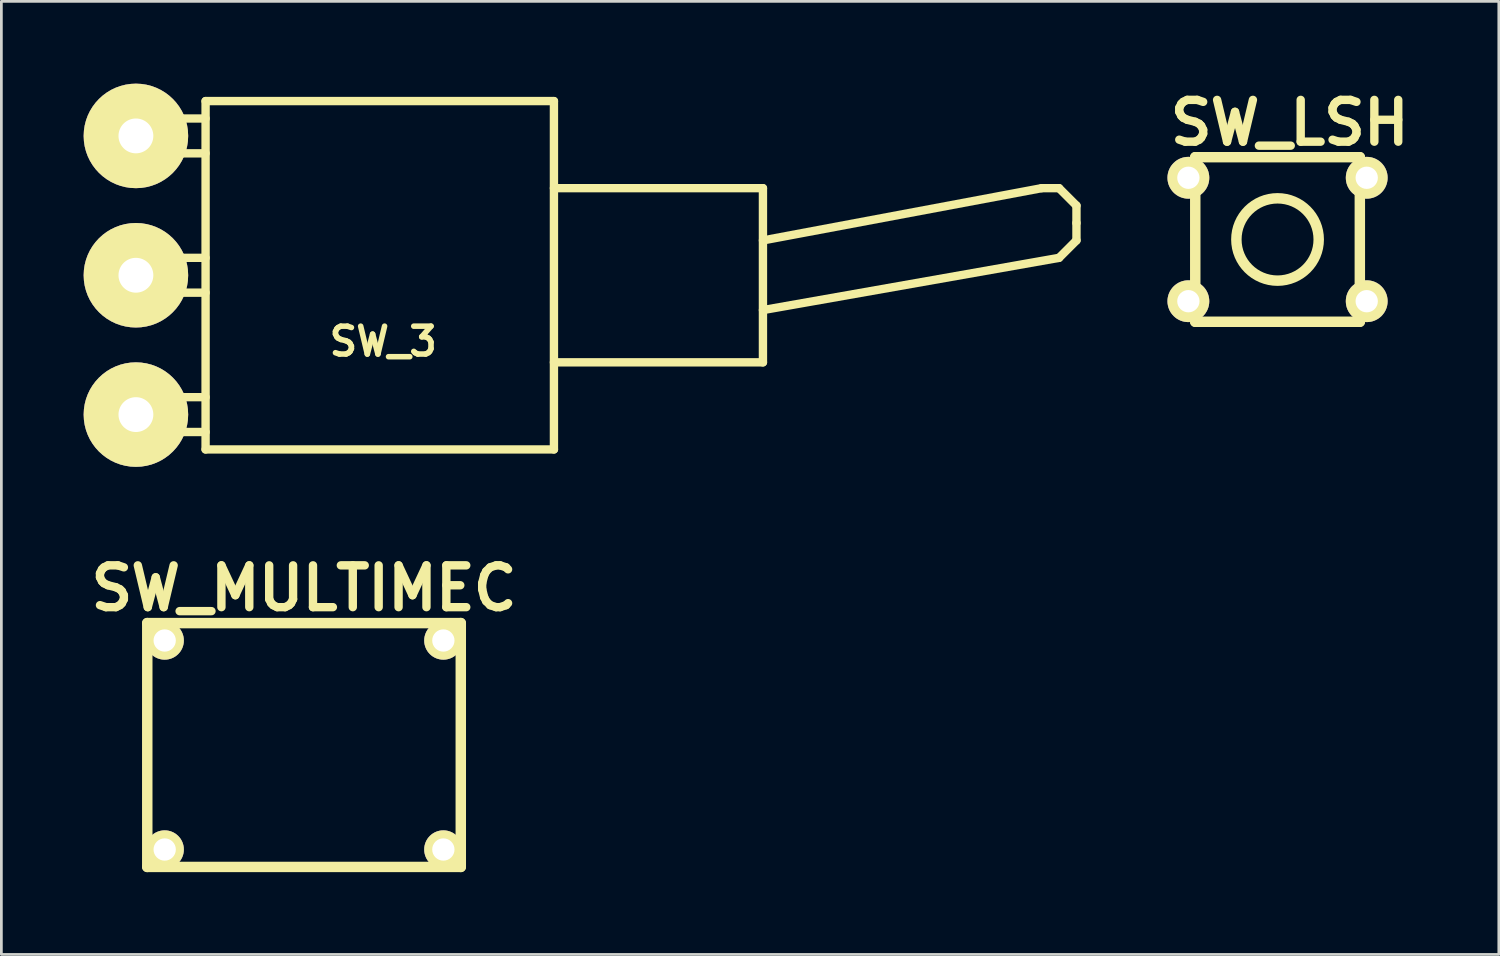
<source format=kicad_pcb>
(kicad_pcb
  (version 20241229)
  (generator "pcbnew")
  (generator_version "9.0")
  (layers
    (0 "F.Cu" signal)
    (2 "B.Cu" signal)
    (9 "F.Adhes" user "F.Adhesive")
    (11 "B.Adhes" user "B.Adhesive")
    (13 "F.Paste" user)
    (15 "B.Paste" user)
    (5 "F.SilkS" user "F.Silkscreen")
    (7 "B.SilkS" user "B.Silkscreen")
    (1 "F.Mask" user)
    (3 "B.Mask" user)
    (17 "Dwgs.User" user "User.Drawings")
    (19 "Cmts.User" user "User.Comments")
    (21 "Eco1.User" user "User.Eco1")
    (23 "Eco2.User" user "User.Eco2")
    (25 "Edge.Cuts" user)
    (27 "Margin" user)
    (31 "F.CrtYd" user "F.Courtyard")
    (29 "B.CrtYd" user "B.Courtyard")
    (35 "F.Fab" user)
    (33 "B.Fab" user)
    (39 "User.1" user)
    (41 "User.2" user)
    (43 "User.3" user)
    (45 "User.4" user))
  (footprint "SW_3"
    (layer "F.Cu")
    (at 1.905 6.985)
    (property "Reference" "SW_3" (at 9.017 2.413 0) (layer "F.SilkS") (effects (font (size 1.016 1.016) (thickness 0.203))))
    (attr through_hole)
    (fp_line (start -1.27 -5.715) (end -1.27 -5.08) (stroke (width 0.305) (type solid)) (layer "F.SilkS"))
    (fp_line (start -1.27 -5.715) (end 2.54 -5.715) (stroke (width 0.305) (type solid)) (layer "F.SilkS"))
    (fp_line (start -1.27 -5.08) (end -1.27 -4.445) (stroke (width 0.305) (type solid)) (layer "F.SilkS"))
    (fp_line (start -1.27 -4.445) (end 2.54 -4.445) (stroke (width 0.305) (type solid)) (layer "F.SilkS"))
    (fp_line (start -1.27 -0.635) (end -1.27 0.635) (stroke (width 0.305) (type solid)) (layer "F.SilkS"))
    (fp_line (start -1.27 0.635) (end 2.54 0.635) (stroke (width 0.305) (type solid)) (layer "F.SilkS"))
    (fp_line (start -1.27 4.445) (end -1.27 5.715) (stroke (width 0.305) (type solid)) (layer "F.SilkS"))
    (fp_line (start -1.27 5.715) (end 2.54 5.715) (stroke (width 0.305) (type solid)) (layer "F.SilkS"))
    (fp_line (start 2.54 -6.35) (end 2.54 6.35) (stroke (width 0.305) (type solid)) (layer "F.SilkS"))
    (fp_line (start 2.54 -0.635) (end -1.27 -0.635) (stroke (width 0.305) (type solid)) (layer "F.SilkS"))
    (fp_line (start 2.54 4.445) (end -1.27 4.445) (stroke (width 0.305) (type solid)) (layer "F.SilkS"))
    (fp_line (start 2.54 6.35) (end 15.24 6.35) (stroke (width 0.305) (type solid)) (layer "F.SilkS"))
    (fp_line (start 15.24 -6.35) (end 2.54 -6.35) (stroke (width 0.305) (type solid)) (layer "F.SilkS"))
    (fp_line (start 15.24 -3.175) (end 22.86 -3.175) (stroke (width 0.305) (type solid)) (layer "F.SilkS"))
    (fp_line (start 15.24 6.35) (end 15.24 -6.35) (stroke (width 0.305) (type solid)) (layer "F.SilkS"))
    (fp_line (start 22.86 -3.175) (end 22.86 3.175) (stroke (width 0.305) (type solid)) (layer "F.SilkS"))
    (fp_line (start 22.86 -1.27) (end 33.02 -3.175) (stroke (width 0.305) (type solid)) (layer "F.SilkS"))
    (fp_line (start 22.86 3.175) (end 15.24 3.175) (stroke (width 0.305) (type solid)) (layer "F.SilkS"))
    (fp_line (start 33.02 -3.175) (end 33.655 -3.175) (stroke (width 0.305) (type solid)) (layer "F.SilkS"))
    (fp_line (start 33.655 -3.175) (end 34.29 -2.54) (stroke (width 0.305) (type solid)) (layer "F.SilkS"))
    (fp_line (start 33.655 -0.635) (end 22.86 1.27) (stroke (width 0.305) (type solid)) (layer "F.SilkS"))
    (fp_line (start 34.29 -2.54) (end 34.29 -1.905) (stroke (width 0.305) (type solid)) (layer "F.SilkS"))
    (fp_line (start 34.29 -1.905) (end 34.29 -1.27) (stroke (width 0.305) (type solid)) (layer "F.SilkS"))
    (fp_line (start 34.29 -1.27) (end 33.655 -0.635) (stroke (width 0.305) (type solid)) (layer "F.SilkS"))
    (pad "1" thru_hole circle (at 0 -5.08) (size 3.81 3.81) (drill 1.27) (layers "*.Cu" "*.Mask" "F.SilkS"))
    (pad "2" thru_hole circle (at 0 0) (size 3.81 3.81) (drill 1.27) (layers "*.Cu" "*.Mask" "F.SilkS"))
    (pad "3" thru_hole circle (at 0 5.08) (size 3.81 3.81) (drill 1.27) (layers "*.Cu" "*.Mask" "F.SilkS")))
  (footprint "SW_MULTIMEC"
    (layer "F.Cu")
    (at 8.034 24.111)
    (property "Reference" "SW_MULTIMEC" (at 0 -5.715 0) (layer "F.SilkS") (effects (font (size 1.524 1.524) (thickness 0.305))))
    (attr through_hole)
    (fp_line (start -5.715 -4.445) (end 5.715 -4.445) (stroke (width 0.381) (type solid)) (layer "F.SilkS"))
    (fp_line (start -5.715 4.445) (end -5.715 -4.445) (stroke (width 0.381) (type solid)) (layer "F.SilkS"))
    (fp_line (start 5.715 -4.445) (end 5.715 4.445) (stroke (width 0.381) (type solid)) (layer "F.SilkS"))
    (fp_line (start 5.715 4.445) (end -5.715 4.445) (stroke (width 0.381) (type solid)) (layer "F.SilkS"))
    (pad "1" thru_hole circle (at 5.08 -3.81) (size 1.397 1.397) (drill 0.813) (layers "*.Cu" "*.Mask" "F.SilkS"))
    (pad "2" thru_hole circle (at -5.08 -3.81) (size 1.397 1.397) (drill 0.813) (layers "*.Cu" "*.Mask" "F.SilkS"))
    (pad "3" thru_hole circle (at 5.08 3.81) (size 1.397 1.397) (drill 0.813) (layers "*.Cu" "*.Mask" "F.SilkS"))
    (pad "4" thru_hole circle (at -5.08 3.81) (size 1.397 1.397) (drill 0.813) (layers "*.Cu" "*.Mask" "F.SilkS")))
  (footprint "SW_LSH"
    (layer "F.Cu")
    (at 43.526 5.681)
    (property "Reference" "SW_LSH" (at 0.445 -4.255 0) (layer "F.SilkS") (effects (font (size 1.524 1.524) (thickness 0.305))))
    (attr through_hole)
    (fp_line (start -3 -3) (end 3 -3) (stroke (width 0.381) (type solid)) (layer "F.SilkS"))
    (fp_line (start -3 3) (end -3 -3) (stroke (width 0.381) (type solid)) (layer "F.SilkS"))
    (fp_line (start 3 -3) (end 3 3) (stroke (width 0.381) (type solid)) (layer "F.SilkS"))
    (fp_line (start 3 3) (end -3 3) (stroke (width 0.381) (type solid)) (layer "F.SilkS"))
    (fp_circle (center 0 0) (end 1.501 0) (stroke (width 0.381) (type solid)) (fill no) (layer "F.SilkS"))
    (pad "1" thru_hole circle (at -3.251 -2.25) (size 1.524 1.524) (drill 0.813) (layers "*.Cu" "*.Mask" "F.SilkS"))
    (pad "2" thru_hole circle (at 3.251 -2.25) (size 1.524 1.524) (drill 0.813) (layers "*.Cu" "*.Mask" "F.SilkS"))
    (pad "3" thru_hole circle (at -3.251 2.25) (size 1.524 1.524) (drill 0.813) (layers "*.Cu" "*.Mask" "F.SilkS"))
    (pad "4" thru_hole circle (at 3.251 2.25) (size 1.524 1.524) (drill 0.813) (layers "*.Cu" "*.Mask" "F.SilkS")))
  (gr_rect
    (start -3 -3)
    (end 51.593 31.747)
    (stroke (width 0.1) (type default))
    (fill no)
    (layer "Edge.Cuts")))
</source>
